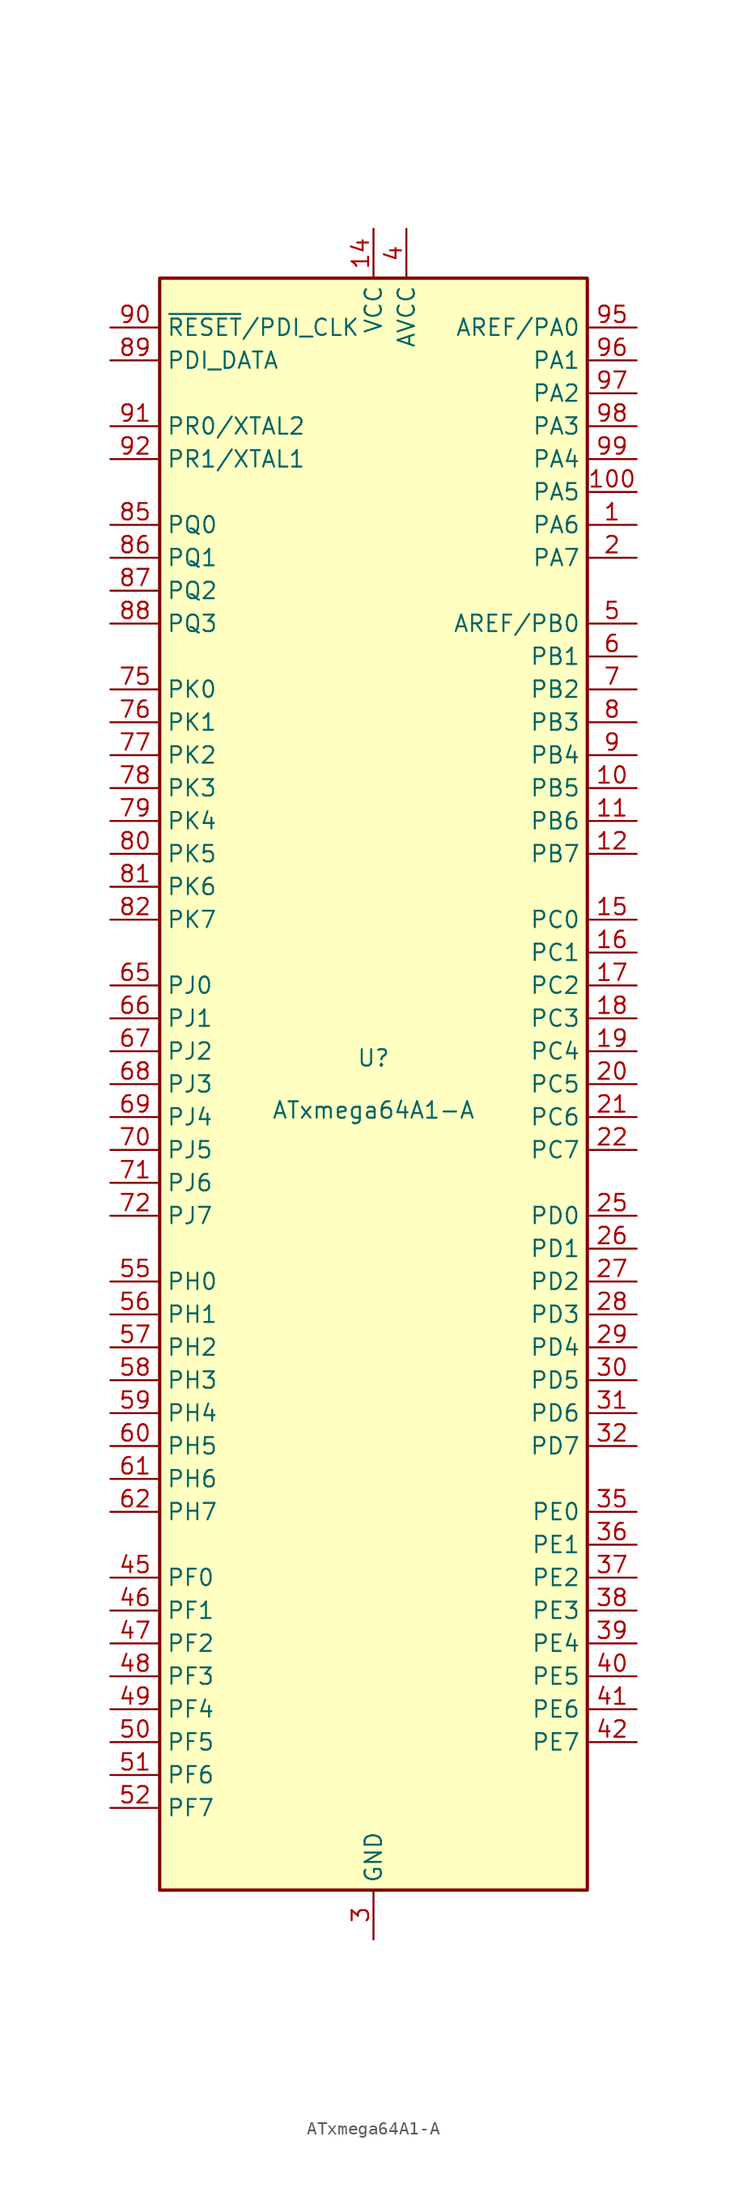
<source format=kicad_sym>
(kicad_symbol_lib
  (version 20231120)
  (generator "kicad_symbol_editor")
  (generator_version "8.0")
  (symbol "ATxmega64A1-A"
    (property "Reference" "U"
      (at 0 1.27 0)
      (effects (font (size 1.27 1.27)) (justify bottom)))
    (property "Value" "ATxmega64A1-A"
      (at 0 -1.27 0)
      (effects (font (size 1.27 1.27)) (justify top)))
    (symbol "ATxmega64A1-A_0_1"
      (rectangle (start -16.51 -62.23) (end 16.51 62.23) (stroke (width 0.254) (type default)) (fill (type background))))
    (symbol "ATxmega64A1-A_1_1"
      (pin bidirectional line (at 20.32 43.18 180) (length 3.81) (name "PA6" (effects (font (size 1.27 1.27)))) (number "1" (effects (font (size 1.27 1.27)))))
      (pin bidirectional line (at 20.32 22.86 180) (length 3.81) (name "PB5" (effects (font (size 1.27 1.27)))) (number "10" (effects (font (size 1.27 1.27)))))
      (pin bidirectional line (at 20.32 45.72 180) (length 3.81) (name "PA5" (effects (font (size 1.27 1.27)))) (number "100" (effects (font (size 1.27 1.27)))))
      (pin bidirectional line (at 20.32 20.32 180) (length 3.81) (name "PB6" (effects (font (size 1.27 1.27)))) (number "11" (effects (font (size 1.27 1.27)))))
      (pin bidirectional line (at 20.32 17.78 180) (length 3.81) (name "PB7" (effects (font (size 1.27 1.27)))) (number "12" (effects (font (size 1.27 1.27)))))
      (pin passive line (at 0 -66.04 90) (length 3.81) hide (name "GND" (effects (font (size 1.27 1.27)))) (number "13" (effects (font (size 1.27 1.27)))))
      (pin power_in line (at 0 66.04 270) (length 3.81) (name "VCC" (effects (font (size 1.27 1.27)))) (number "14" (effects (font (size 1.27 1.27)))))
      (pin bidirectional line (at 20.32 12.7 180) (length 3.81) (name "PC0" (effects (font (size 1.27 1.27)))) (number "15" (effects (font (size 1.27 1.27)))))
      (pin bidirectional line (at 20.32 10.16 180) (length 3.81) (name "PC1" (effects (font (size 1.27 1.27)))) (number "16" (effects (font (size 1.27 1.27)))))
      (pin bidirectional line (at 20.32 7.62 180) (length 3.81) (name "PC2" (effects (font (size 1.27 1.27)))) (number "17" (effects (font (size 1.27 1.27)))))
      (pin bidirectional line (at 20.32 5.08 180) (length 3.81) (name "PC3" (effects (font (size 1.27 1.27)))) (number "18" (effects (font (size 1.27 1.27)))))
      (pin bidirectional line (at 20.32 2.54 180) (length 3.81) (name "PC4" (effects (font (size 1.27 1.27)))) (number "19" (effects (font (size 1.27 1.27)))))
      (pin bidirectional line (at 20.32 40.64 180) (length 3.81) (name "PA7" (effects (font (size 1.27 1.27)))) (number "2" (effects (font (size 1.27 1.27)))))
      (pin bidirectional line (at 20.32 0 180) (length 3.81) (name "PC5" (effects (font (size 1.27 1.27)))) (number "20" (effects (font (size 1.27 1.27)))))
      (pin bidirectional line (at 20.32 -2.54 180) (length 3.81) (name "PC6" (effects (font (size 1.27 1.27)))) (number "21" (effects (font (size 1.27 1.27)))))
      (pin bidirectional line (at 20.32 -5.08 180) (length 3.81) (name "PC7" (effects (font (size 1.27 1.27)))) (number "22" (effects (font (size 1.27 1.27)))))
      (pin passive line (at 0 -66.04 90) (length 3.81) hide (name "GND" (effects (font (size 1.27 1.27)))) (number "23" (effects (font (size 1.27 1.27)))))
      (pin passive line (at 0 66.04 270) (length 3.81) hide (name "VCC" (effects (font (size 1.27 1.27)))) (number "24" (effects (font (size 1.27 1.27)))))
      (pin bidirectional line (at 20.32 -10.16 180) (length 3.81) (name "PD0" (effects (font (size 1.27 1.27)))) (number "25" (effects (font (size 1.27 1.27)))))
      (pin bidirectional line (at 20.32 -12.7 180) (length 3.81) (name "PD1" (effects (font (size 1.27 1.27)))) (number "26" (effects (font (size 1.27 1.27)))))
      (pin bidirectional line (at 20.32 -15.24 180) (length 3.81) (name "PD2" (effects (font (size 1.27 1.27)))) (number "27" (effects (font (size 1.27 1.27)))))
      (pin bidirectional line (at 20.32 -17.78 180) (length 3.81) (name "PD3" (effects (font (size 1.27 1.27)))) (number "28" (effects (font (size 1.27 1.27)))))
      (pin bidirectional line (at 20.32 -20.32 180) (length 3.81) (name "PD4" (effects (font (size 1.27 1.27)))) (number "29" (effects (font (size 1.27 1.27)))))
      (pin power_in line (at 0 -66.04 90) (length 3.81) (name "GND" (effects (font (size 1.27 1.27)))) (number "3" (effects (font (size 1.27 1.27)))))
      (pin bidirectional line (at 20.32 -22.86 180) (length 3.81) (name "PD5" (effects (font (size 1.27 1.27)))) (number "30" (effects (font (size 1.27 1.27)))))
      (pin bidirectional line (at 20.32 -25.4 180) (length 3.81) (name "PD6" (effects (font (size 1.27 1.27)))) (number "31" (effects (font (size 1.27 1.27)))))
      (pin bidirectional line (at 20.32 -27.94 180) (length 3.81) (name "PD7" (effects (font (size 1.27 1.27)))) (number "32" (effects (font (size 1.27 1.27)))))
      (pin passive line (at 0 -66.04 90) (length 3.81) hide (name "GND" (effects (font (size 1.27 1.27)))) (number "33" (effects (font (size 1.27 1.27)))))
      (pin passive line (at 0 66.04 270) (length 3.81) hide (name "VCC" (effects (font (size 1.27 1.27)))) (number "34" (effects (font (size 1.27 1.27)))))
      (pin bidirectional line (at 20.32 -33.02 180) (length 3.81) (name "PE0" (effects (font (size 1.27 1.27)))) (number "35" (effects (font (size 1.27 1.27)))))
      (pin bidirectional line (at 20.32 -35.56 180) (length 3.81) (name "PE1" (effects (font (size 1.27 1.27)))) (number "36" (effects (font (size 1.27 1.27)))))
      (pin bidirectional line (at 20.32 -38.1 180) (length 3.81) (name "PE2" (effects (font (size 1.27 1.27)))) (number "37" (effects (font (size 1.27 1.27)))))
      (pin bidirectional line (at 20.32 -40.64 180) (length 3.81) (name "PE3" (effects (font (size 1.27 1.27)))) (number "38" (effects (font (size 1.27 1.27)))))
      (pin bidirectional line (at 20.32 -43.18 180) (length 3.81) (name "PE4" (effects (font (size 1.27 1.27)))) (number "39" (effects (font (size 1.27 1.27)))))
      (pin power_in line (at 2.54 66.04 270) (length 3.81) (name "AVCC" (effects (font (size 1.27 1.27)))) (number "4" (effects (font (size 1.27 1.27)))))
      (pin bidirectional line (at 20.32 -45.72 180) (length 3.81) (name "PE5" (effects (font (size 1.27 1.27)))) (number "40" (effects (font (size 1.27 1.27)))))
      (pin bidirectional line (at 20.32 -48.26 180) (length 3.81) (name "PE6" (effects (font (size 1.27 1.27)))) (number "41" (effects (font (size 1.27 1.27)))))
      (pin bidirectional line (at 20.32 -50.8 180) (length 3.81) (name "PE7" (effects (font (size 1.27 1.27)))) (number "42" (effects (font (size 1.27 1.27)))))
      (pin passive line (at 0 -66.04 90) (length 3.81) hide (name "GND" (effects (font (size 1.27 1.27)))) (number "43" (effects (font (size 1.27 1.27)))))
      (pin passive line (at 0 66.04 270) (length 3.81) hide (name "VCC" (effects (font (size 1.27 1.27)))) (number "44" (effects (font (size 1.27 1.27)))))
      (pin bidirectional line (at -20.32 -38.1 0) (length 3.81) (name "PF0" (effects (font (size 1.27 1.27)))) (number "45" (effects (font (size 1.27 1.27)))))
      (pin bidirectional line (at -20.32 -40.64 0) (length 3.81) (name "PF1" (effects (font (size 1.27 1.27)))) (number "46" (effects (font (size 1.27 1.27)))))
      (pin bidirectional line (at -20.32 -43.18 0) (length 3.81) (name "PF2" (effects (font (size 1.27 1.27)))) (number "47" (effects (font (size 1.27 1.27)))))
      (pin bidirectional line (at -20.32 -45.72 0) (length 3.81) (name "PF3" (effects (font (size 1.27 1.27)))) (number "48" (effects (font (size 1.27 1.27)))))
      (pin bidirectional line (at -20.32 -48.26 0) (length 3.81) (name "PF4" (effects (font (size 1.27 1.27)))) (number "49" (effects (font (size 1.27 1.27)))))
      (pin bidirectional line (at 20.32 35.56 180) (length 3.81) (name "AREF/PB0" (effects (font (size 1.27 1.27)))) (number "5" (effects (font (size 1.27 1.27)))))
      (pin bidirectional line (at -20.32 -50.8 0) (length 3.81) (name "PF5" (effects (font (size 1.27 1.27)))) (number "50" (effects (font (size 1.27 1.27)))))
      (pin bidirectional line (at -20.32 -53.34 0) (length 3.81) (name "PF6" (effects (font (size 1.27 1.27)))) (number "51" (effects (font (size 1.27 1.27)))))
      (pin bidirectional line (at -20.32 -55.88 0) (length 3.81) (name "PF7" (effects (font (size 1.27 1.27)))) (number "52" (effects (font (size 1.27 1.27)))))
      (pin passive line (at 0 -66.04 90) (length 3.81) hide (name "GND" (effects (font (size 1.27 1.27)))) (number "53" (effects (font (size 1.27 1.27)))))
      (pin passive line (at 0 66.04 270) (length 3.81) hide (name "VCC" (effects (font (size 1.27 1.27)))) (number "54" (effects (font (size 1.27 1.27)))))
      (pin bidirectional line (at -20.32 -15.24 0) (length 3.81) (name "PH0" (effects (font (size 1.27 1.27)))) (number "55" (effects (font (size 1.27 1.27)))))
      (pin bidirectional line (at -20.32 -17.78 0) (length 3.81) (name "PH1" (effects (font (size 1.27 1.27)))) (number "56" (effects (font (size 1.27 1.27)))))
      (pin bidirectional line (at -20.32 -20.32 0) (length 3.81) (name "PH2" (effects (font (size 1.27 1.27)))) (number "57" (effects (font (size 1.27 1.27)))))
      (pin bidirectional line (at -20.32 -22.86 0) (length 3.81) (name "PH3" (effects (font (size 1.27 1.27)))) (number "58" (effects (font (size 1.27 1.27)))))
      (pin bidirectional line (at -20.32 -25.4 0) (length 3.81) (name "PH4" (effects (font (size 1.27 1.27)))) (number "59" (effects (font (size 1.27 1.27)))))
      (pin bidirectional line (at 20.32 33.02 180) (length 3.81) (name "PB1" (effects (font (size 1.27 1.27)))) (number "6" (effects (font (size 1.27 1.27)))))
      (pin bidirectional line (at -20.32 -27.94 0) (length 3.81) (name "PH5" (effects (font (size 1.27 1.27)))) (number "60" (effects (font (size 1.27 1.27)))))
      (pin bidirectional line (at -20.32 -30.48 0) (length 3.81) (name "PH6" (effects (font (size 1.27 1.27)))) (number "61" (effects (font (size 1.27 1.27)))))
      (pin bidirectional line (at -20.32 -33.02 0) (length 3.81) (name "PH7" (effects (font (size 1.27 1.27)))) (number "62" (effects (font (size 1.27 1.27)))))
      (pin passive line (at 0 -66.04 90) (length 3.81) hide (name "GND" (effects (font (size 1.27 1.27)))) (number "63" (effects (font (size 1.27 1.27)))))
      (pin passive line (at 0 66.04 270) (length 3.81) hide (name "VCC" (effects (font (size 1.27 1.27)))) (number "64" (effects (font (size 1.27 1.27)))))
      (pin bidirectional line (at -20.32 7.62 0) (length 3.81) (name "PJ0" (effects (font (size 1.27 1.27)))) (number "65" (effects (font (size 1.27 1.27)))))
      (pin bidirectional line (at -20.32 5.08 0) (length 3.81) (name "PJ1" (effects (font (size 1.27 1.27)))) (number "66" (effects (font (size 1.27 1.27)))))
      (pin bidirectional line (at -20.32 2.54 0) (length 3.81) (name "PJ2" (effects (font (size 1.27 1.27)))) (number "67" (effects (font (size 1.27 1.27)))))
      (pin bidirectional line (at -20.32 0 0) (length 3.81) (name "PJ3" (effects (font (size 1.27 1.27)))) (number "68" (effects (font (size 1.27 1.27)))))
      (pin bidirectional line (at -20.32 -2.54 0) (length 3.81) (name "PJ4" (effects (font (size 1.27 1.27)))) (number "69" (effects (font (size 1.27 1.27)))))
      (pin bidirectional line (at 20.32 30.48 180) (length 3.81) (name "PB2" (effects (font (size 1.27 1.27)))) (number "7" (effects (font (size 1.27 1.27)))))
      (pin bidirectional line (at -20.32 -5.08 0) (length 3.81) (name "PJ5" (effects (font (size 1.27 1.27)))) (number "70" (effects (font (size 1.27 1.27)))))
      (pin bidirectional line (at -20.32 -7.62 0) (length 3.81) (name "PJ6" (effects (font (size 1.27 1.27)))) (number "71" (effects (font (size 1.27 1.27)))))
      (pin bidirectional line (at -20.32 -10.16 0) (length 3.81) (name "PJ7" (effects (font (size 1.27 1.27)))) (number "72" (effects (font (size 1.27 1.27)))))
      (pin passive line (at 0 -66.04 90) (length 3.81) hide (name "GND" (effects (font (size 1.27 1.27)))) (number "73" (effects (font (size 1.27 1.27)))))
      (pin passive line (at 0 66.04 270) (length 3.81) hide (name "VCC" (effects (font (size 1.27 1.27)))) (number "74" (effects (font (size 1.27 1.27)))))
      (pin bidirectional line (at -20.32 30.48 0) (length 3.81) (name "PK0" (effects (font (size 1.27 1.27)))) (number "75" (effects (font (size 1.27 1.27)))))
      (pin bidirectional line (at -20.32 27.94 0) (length 3.81) (name "PK1" (effects (font (size 1.27 1.27)))) (number "76" (effects (font (size 1.27 1.27)))))
      (pin bidirectional line (at -20.32 25.4 0) (length 3.81) (name "PK2" (effects (font (size 1.27 1.27)))) (number "77" (effects (font (size 1.27 1.27)))))
      (pin bidirectional line (at -20.32 22.86 0) (length 3.81) (name "PK3" (effects (font (size 1.27 1.27)))) (number "78" (effects (font (size 1.27 1.27)))))
      (pin bidirectional line (at -20.32 20.32 0) (length 3.81) (name "PK4" (effects (font (size 1.27 1.27)))) (number "79" (effects (font (size 1.27 1.27)))))
      (pin bidirectional line (at 20.32 27.94 180) (length 3.81) (name "PB3" (effects (font (size 1.27 1.27)))) (number "8" (effects (font (size 1.27 1.27)))))
      (pin bidirectional line (at -20.32 17.78 0) (length 3.81) (name "PK5" (effects (font (size 1.27 1.27)))) (number "80" (effects (font (size 1.27 1.27)))))
      (pin bidirectional line (at -20.32 15.24 0) (length 3.81) (name "PK6" (effects (font (size 1.27 1.27)))) (number "81" (effects (font (size 1.27 1.27)))))
      (pin bidirectional line (at -20.32 12.7 0) (length 3.81) (name "PK7" (effects (font (size 1.27 1.27)))) (number "82" (effects (font (size 1.27 1.27)))))
      (pin passive line (at 0 66.04 270) (length 3.81) hide (name "VCC" (effects (font (size 1.27 1.27)))) (number "83" (effects (font (size 1.27 1.27)))))
      (pin passive line (at 0 -66.04 90) (length 3.81) hide (name "GND" (effects (font (size 1.27 1.27)))) (number "84" (effects (font (size 1.27 1.27)))))
      (pin bidirectional line (at -20.32 43.18 0) (length 3.81) (name "PQ0" (effects (font (size 1.27 1.27)))) (number "85" (effects (font (size 1.27 1.27)))))
      (pin bidirectional line (at -20.32 40.64 0) (length 3.81) (name "PQ1" (effects (font (size 1.27 1.27)))) (number "86" (effects (font (size 1.27 1.27)))))
      (pin bidirectional line (at -20.32 38.1 0) (length 3.81) (name "PQ2" (effects (font (size 1.27 1.27)))) (number "87" (effects (font (size 1.27 1.27)))))
      (pin bidirectional line (at -20.32 35.56 0) (length 3.81) (name "PQ3" (effects (font (size 1.27 1.27)))) (number "88" (effects (font (size 1.27 1.27)))))
      (pin bidirectional line (at -20.32 55.88 0) (length 3.81) (name "PDI_DATA" (effects (font (size 1.27 1.27)))) (number "89" (effects (font (size 1.27 1.27)))))
      (pin bidirectional line (at 20.32 25.4 180) (length 3.81) (name "PB4" (effects (font (size 1.27 1.27)))) (number "9" (effects (font (size 1.27 1.27)))))
      (pin input line (at -20.32 58.42 0) (length 3.81) (name "~{RESET}/PDI_CLK" (effects (font (size 1.27 1.27)))) (number "90" (effects (font (size 1.27 1.27)))))
      (pin bidirectional line (at -20.32 50.8 0) (length 3.81) (name "PR0/XTAL2" (effects (font (size 1.27 1.27)))) (number "91" (effects (font (size 1.27 1.27)))))
      (pin bidirectional line (at -20.32 48.26 0) (length 3.81) (name "PR1/XTAL1" (effects (font (size 1.27 1.27)))) (number "92" (effects (font (size 1.27 1.27)))))
      (pin passive line (at 0 -66.04 90) (length 3.81) hide (name "GND" (effects (font (size 1.27 1.27)))) (number "93" (effects (font (size 1.27 1.27)))))
      (pin passive line (at 2.54 66.04 270) (length 3.81) hide (name "AVCC" (effects (font (size 1.27 1.27)))) (number "94" (effects (font (size 1.27 1.27)))))
      (pin bidirectional line (at 20.32 58.42 180) (length 3.81) (name "AREF/PA0" (effects (font (size 1.27 1.27)))) (number "95" (effects (font (size 1.27 1.27)))))
      (pin bidirectional line (at 20.32 55.88 180) (length 3.81) (name "PA1" (effects (font (size 1.27 1.27)))) (number "96" (effects (font (size 1.27 1.27)))))
      (pin bidirectional line (at 20.32 53.34 180) (length 3.81) (name "PA2" (effects (font (size 1.27 1.27)))) (number "97" (effects (font (size 1.27 1.27)))))
      (pin bidirectional line (at 20.32 50.8 180) (length 3.81) (name "PA3" (effects (font (size 1.27 1.27)))) (number "98" (effects (font (size 1.27 1.27)))))
      (pin bidirectional line (at 20.32 48.26 180) (length 3.81) (name "PA4" (effects (font (size 1.27 1.27)))) (number "99" (effects (font (size 1.27 1.27))))))))
</source>
